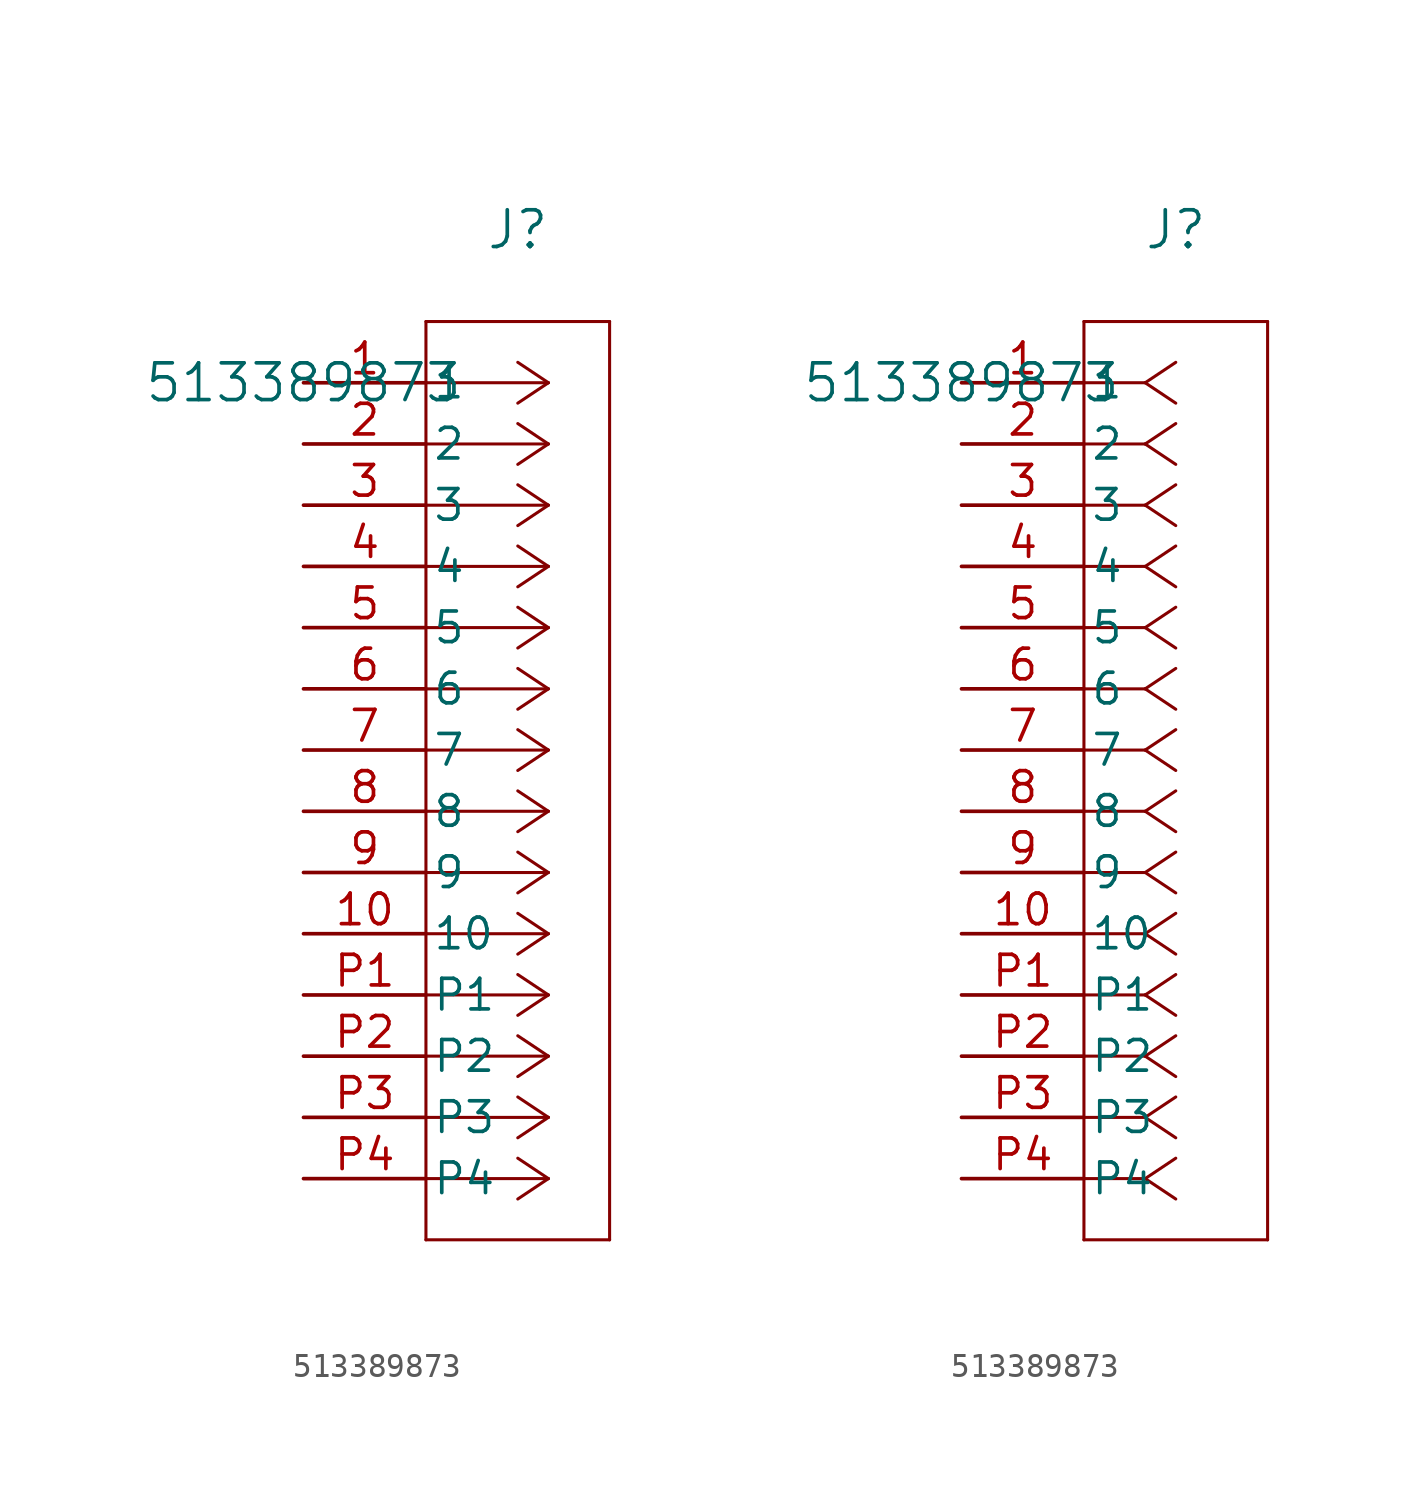
<source format=kicad_sym>
(kicad_symbol_lib
  (version 20211014)
  (generator kicad_symbol_editor)
  (symbol "513389873"
    (pin_names
      (offset 0.254))
    (property "Reference" "J"
      (at 8.89 6.35 0)
      (effects (font (size 1.524 1.524))))
    (property "Value" "513389873"
      (at 0 0 0)
      (effects (font (size 1.524 1.524))))
    (symbol "513389873_1_1"
      (polyline (pts (xy 10.16 0) (xy 5.08 0)) (stroke (width 0.127) (type default) (color 0 0 0 0)) (fill (type none)))
      (polyline (pts (xy 10.16 -2.54) (xy 5.08 -2.54)) (stroke (width 0.127) (type default) (color 0 0 0 0)) (fill (type none)))
      (polyline (pts (xy 10.16 -5.08) (xy 5.08 -5.08)) (stroke (width 0.127) (type default) (color 0 0 0 0)) (fill (type none)))
      (polyline (pts (xy 10.16 -7.62) (xy 5.08 -7.62)) (stroke (width 0.127) (type default) (color 0 0 0 0)) (fill (type none)))
      (polyline (pts (xy 10.16 -10.16) (xy 5.08 -10.16)) (stroke (width 0.127) (type default) (color 0 0 0 0)) (fill (type none)))
      (polyline (pts (xy 10.16 -12.7) (xy 5.08 -12.7)) (stroke (width 0.127) (type default) (color 0 0 0 0)) (fill (type none)))
      (polyline (pts (xy 10.16 -15.24) (xy 5.08 -15.24)) (stroke (width 0.127) (type default) (color 0 0 0 0)) (fill (type none)))
      (polyline (pts (xy 10.16 -17.78) (xy 5.08 -17.78)) (stroke (width 0.127) (type default) (color 0 0 0 0)) (fill (type none)))
      (polyline (pts (xy 10.16 -20.32) (xy 5.08 -20.32)) (stroke (width 0.127) (type default) (color 0 0 0 0)) (fill (type none)))
      (polyline (pts (xy 10.16 -22.86) (xy 5.08 -22.86)) (stroke (width 0.127) (type default) (color 0 0 0 0)) (fill (type none)))
      (polyline (pts (xy 10.16 -25.4) (xy 5.08 -25.4)) (stroke (width 0.127) (type default) (color 0 0 0 0)) (fill (type none)))
      (polyline (pts (xy 10.16 -27.94) (xy 5.08 -27.94)) (stroke (width 0.127) (type default) (color 0 0 0 0)) (fill (type none)))
      (polyline (pts (xy 10.16 -30.48) (xy 5.08 -30.48)) (stroke (width 0.127) (type default) (color 0 0 0 0)) (fill (type none)))
      (polyline (pts (xy 10.16 -33.02) (xy 5.08 -33.02)) (stroke (width 0.127) (type default) (color 0 0 0 0)) (fill (type none)))
      (polyline (pts (xy 10.16 0) (xy 8.89 0.847)) (stroke (width 0.127) (type default) (color 0 0 0 0)) (fill (type none)))
      (polyline (pts (xy 10.16 -2.54) (xy 8.89 -1.693)) (stroke (width 0.127) (type default) (color 0 0 0 0)) (fill (type none)))
      (polyline (pts (xy 10.16 -5.08) (xy 8.89 -4.233)) (stroke (width 0.127) (type default) (color 0 0 0 0)) (fill (type none)))
      (polyline (pts (xy 10.16 -7.62) (xy 8.89 -6.773)) (stroke (width 0.127) (type default) (color 0 0 0 0)) (fill (type none)))
      (polyline (pts (xy 10.16 -10.16) (xy 8.89 -9.313)) (stroke (width 0.127) (type default) (color 0 0 0 0)) (fill (type none)))
      (polyline (pts (xy 10.16 -12.7) (xy 8.89 -11.853)) (stroke (width 0.127) (type default) (color 0 0 0 0)) (fill (type none)))
      (polyline (pts (xy 10.16 -15.24) (xy 8.89 -14.393)) (stroke (width 0.127) (type default) (color 0 0 0 0)) (fill (type none)))
      (polyline (pts (xy 10.16 -17.78) (xy 8.89 -16.933)) (stroke (width 0.127) (type default) (color 0 0 0 0)) (fill (type none)))
      (polyline (pts (xy 10.16 -20.32) (xy 8.89 -19.473)) (stroke (width 0.127) (type default) (color 0 0 0 0)) (fill (type none)))
      (polyline (pts (xy 10.16 -22.86) (xy 8.89 -22.013)) (stroke (width 0.127) (type default) (color 0 0 0 0)) (fill (type none)))
      (polyline (pts (xy 10.16 -25.4) (xy 8.89 -24.553)) (stroke (width 0.127) (type default) (color 0 0 0 0)) (fill (type none)))
      (polyline (pts (xy 10.16 -27.94) (xy 8.89 -27.093)) (stroke (width 0.127) (type default) (color 0 0 0 0)) (fill (type none)))
      (polyline (pts (xy 10.16 -30.48) (xy 8.89 -29.633)) (stroke (width 0.127) (type default) (color 0 0 0 0)) (fill (type none)))
      (polyline (pts (xy 10.16 -33.02) (xy 8.89 -32.173)) (stroke (width 0.127) (type default) (color 0 0 0 0)) (fill (type none)))
      (polyline (pts (xy 10.16 0) (xy 8.89 -0.847)) (stroke (width 0.127) (type default) (color 0 0 0 0)) (fill (type none)))
      (polyline (pts (xy 10.16 -2.54) (xy 8.89 -3.387)) (stroke (width 0.127) (type default) (color 0 0 0 0)) (fill (type none)))
      (polyline (pts (xy 10.16 -5.08) (xy 8.89 -5.927)) (stroke (width 0.127) (type default) (color 0 0 0 0)) (fill (type none)))
      (polyline (pts (xy 10.16 -7.62) (xy 8.89 -8.467)) (stroke (width 0.127) (type default) (color 0 0 0 0)) (fill (type none)))
      (polyline (pts (xy 10.16 -10.16) (xy 8.89 -11.007)) (stroke (width 0.127) (type default) (color 0 0 0 0)) (fill (type none)))
      (polyline (pts (xy 10.16 -12.7) (xy 8.89 -13.547)) (stroke (width 0.127) (type default) (color 0 0 0 0)) (fill (type none)))
      (polyline (pts (xy 10.16 -15.24) (xy 8.89 -16.087)) (stroke (width 0.127) (type default) (color 0 0 0 0)) (fill (type none)))
      (polyline (pts (xy 10.16 -17.78) (xy 8.89 -18.627)) (stroke (width 0.127) (type default) (color 0 0 0 0)) (fill (type none)))
      (polyline (pts (xy 10.16 -20.32) (xy 8.89 -21.167)) (stroke (width 0.127) (type default) (color 0 0 0 0)) (fill (type none)))
      (polyline (pts (xy 10.16 -22.86) (xy 8.89 -23.707)) (stroke (width 0.127) (type default) (color 0 0 0 0)) (fill (type none)))
      (polyline (pts (xy 10.16 -25.4) (xy 8.89 -26.247)) (stroke (width 0.127) (type default) (color 0 0 0 0)) (fill (type none)))
      (polyline (pts (xy 10.16 -27.94) (xy 8.89 -28.787)) (stroke (width 0.127) (type default) (color 0 0 0 0)) (fill (type none)))
      (polyline (pts (xy 10.16 -30.48) (xy 8.89 -31.327)) (stroke (width 0.127) (type default) (color 0 0 0 0)) (fill (type none)))
      (polyline (pts (xy 10.16 -33.02) (xy 8.89 -33.867)) (stroke (width 0.127) (type default) (color 0 0 0 0)) (fill (type none)))
      (polyline (pts (xy 5.08 2.54) (xy 5.08 -35.56)) (stroke (width 0.127) (type default) (color 0 0 0 0)) (fill (type none)))
      (polyline (pts (xy 5.08 -35.56) (xy 12.7 -35.56)) (stroke (width 0.127) (type default) (color 0 0 0 0)) (fill (type none)))
      (polyline (pts (xy 12.7 -35.56) (xy 12.7 2.54)) (stroke (width 0.127) (type default) (color 0 0 0 0)) (fill (type none)))
      (polyline (pts (xy 12.7 2.54) (xy 5.08 2.54)) (stroke (width 0.127) (type default) (color 0 0 0 0)) (fill (type none)))
      (pin unspecified line (at 0 0 0) (length 5.08) (name "1" (effects (font (size 1.27 1.27)))) (number "1" (effects (font (size 1.27 1.27)))))
      (pin unspecified line (at 0 -2.54 0) (length 5.08) (name "2" (effects (font (size 1.27 1.27)))) (number "2" (effects (font (size 1.27 1.27)))))
      (pin unspecified line (at 0 -5.08 0) (length 5.08) (name "3" (effects (font (size 1.27 1.27)))) (number "3" (effects (font (size 1.27 1.27)))))
      (pin unspecified line (at 0 -7.62 0) (length 5.08) (name "4" (effects (font (size 1.27 1.27)))) (number "4" (effects (font (size 1.27 1.27)))))
      (pin unspecified line (at 0 -10.16 0) (length 5.08) (name "5" (effects (font (size 1.27 1.27)))) (number "5" (effects (font (size 1.27 1.27)))))
      (pin unspecified line (at 0 -12.7 0) (length 5.08) (name "6" (effects (font (size 1.27 1.27)))) (number "6" (effects (font (size 1.27 1.27)))))
      (pin unspecified line (at 0 -15.24 0) (length 5.08) (name "7" (effects (font (size 1.27 1.27)))) (number "7" (effects (font (size 1.27 1.27)))))
      (pin unspecified line (at 0 -17.78 0) (length 5.08) (name "8" (effects (font (size 1.27 1.27)))) (number "8" (effects (font (size 1.27 1.27)))))
      (pin unspecified line (at 0 -20.32 0) (length 5.08) (name "9" (effects (font (size 1.27 1.27)))) (number "9" (effects (font (size 1.27 1.27)))))
      (pin unspecified line (at 0 -22.86 0) (length 5.08) (name "10" (effects (font (size 1.27 1.27)))) (number "10" (effects (font (size 1.27 1.27)))))
      (pin unspecified line (at 0 -25.4 0) (length 5.08) (name "P1" (effects (font (size 1.27 1.27)))) (number "P1" (effects (font (size 1.27 1.27)))))
      (pin unspecified line (at 0 -27.94 0) (length 5.08) (name "P2" (effects (font (size 1.27 1.27)))) (number "P2" (effects (font (size 1.27 1.27)))))
      (pin unspecified line (at 0 -30.48 0) (length 5.08) (name "P3" (effects (font (size 1.27 1.27)))) (number "P3" (effects (font (size 1.27 1.27)))))
      (pin unspecified line (at 0 -33.02 0) (length 5.08) (name "P4" (effects (font (size 1.27 1.27)))) (number "P4" (effects (font (size 1.27 1.27))))))
    (symbol "513389873_1_2"
      (polyline (pts (xy 7.62 0) (xy 5.08 0)) (stroke (width 0.127) (type default) (color 0 0 0 0)) (fill (type none)))
      (polyline (pts (xy 7.62 -2.54) (xy 5.08 -2.54)) (stroke (width 0.127) (type default) (color 0 0 0 0)) (fill (type none)))
      (polyline (pts (xy 7.62 -5.08) (xy 5.08 -5.08)) (stroke (width 0.127) (type default) (color 0 0 0 0)) (fill (type none)))
      (polyline (pts (xy 7.62 -7.62) (xy 5.08 -7.62)) (stroke (width 0.127) (type default) (color 0 0 0 0)) (fill (type none)))
      (polyline (pts (xy 7.62 -10.16) (xy 5.08 -10.16)) (stroke (width 0.127) (type default) (color 0 0 0 0)) (fill (type none)))
      (polyline (pts (xy 7.62 -12.7) (xy 5.08 -12.7)) (stroke (width 0.127) (type default) (color 0 0 0 0)) (fill (type none)))
      (polyline (pts (xy 7.62 -15.24) (xy 5.08 -15.24)) (stroke (width 0.127) (type default) (color 0 0 0 0)) (fill (type none)))
      (polyline (pts (xy 7.62 -17.78) (xy 5.08 -17.78)) (stroke (width 0.127) (type default) (color 0 0 0 0)) (fill (type none)))
      (polyline (pts (xy 7.62 -20.32) (xy 5.08 -20.32)) (stroke (width 0.127) (type default) (color 0 0 0 0)) (fill (type none)))
      (polyline (pts (xy 7.62 -22.86) (xy 5.08 -22.86)) (stroke (width 0.127) (type default) (color 0 0 0 0)) (fill (type none)))
      (polyline (pts (xy 7.62 -25.4) (xy 5.08 -25.4)) (stroke (width 0.127) (type default) (color 0 0 0 0)) (fill (type none)))
      (polyline (pts (xy 7.62 -27.94) (xy 5.08 -27.94)) (stroke (width 0.127) (type default) (color 0 0 0 0)) (fill (type none)))
      (polyline (pts (xy 7.62 -30.48) (xy 5.08 -30.48)) (stroke (width 0.127) (type default) (color 0 0 0 0)) (fill (type none)))
      (polyline (pts (xy 7.62 -33.02) (xy 5.08 -33.02)) (stroke (width 0.127) (type default) (color 0 0 0 0)) (fill (type none)))
      (polyline (pts (xy 7.62 0) (xy 8.89 0.847)) (stroke (width 0.127) (type default) (color 0 0 0 0)) (fill (type none)))
      (polyline (pts (xy 7.62 -2.54) (xy 8.89 -1.693)) (stroke (width 0.127) (type default) (color 0 0 0 0)) (fill (type none)))
      (polyline (pts (xy 7.62 -5.08) (xy 8.89 -4.233)) (stroke (width 0.127) (type default) (color 0 0 0 0)) (fill (type none)))
      (polyline (pts (xy 7.62 -7.62) (xy 8.89 -6.773)) (stroke (width 0.127) (type default) (color 0 0 0 0)) (fill (type none)))
      (polyline (pts (xy 7.62 -10.16) (xy 8.89 -9.313)) (stroke (width 0.127) (type default) (color 0 0 0 0)) (fill (type none)))
      (polyline (pts (xy 7.62 -12.7) (xy 8.89 -11.853)) (stroke (width 0.127) (type default) (color 0 0 0 0)) (fill (type none)))
      (polyline (pts (xy 7.62 -15.24) (xy 8.89 -14.393)) (stroke (width 0.127) (type default) (color 0 0 0 0)) (fill (type none)))
      (polyline (pts (xy 7.62 -17.78) (xy 8.89 -16.933)) (stroke (width 0.127) (type default) (color 0 0 0 0)) (fill (type none)))
      (polyline (pts (xy 7.62 -20.32) (xy 8.89 -19.473)) (stroke (width 0.127) (type default) (color 0 0 0 0)) (fill (type none)))
      (polyline (pts (xy 7.62 -22.86) (xy 8.89 -22.013)) (stroke (width 0.127) (type default) (color 0 0 0 0)) (fill (type none)))
      (polyline (pts (xy 7.62 -25.4) (xy 8.89 -24.553)) (stroke (width 0.127) (type default) (color 0 0 0 0)) (fill (type none)))
      (polyline (pts (xy 7.62 -27.94) (xy 8.89 -27.093)) (stroke (width 0.127) (type default) (color 0 0 0 0)) (fill (type none)))
      (polyline (pts (xy 7.62 -30.48) (xy 8.89 -29.633)) (stroke (width 0.127) (type default) (color 0 0 0 0)) (fill (type none)))
      (polyline (pts (xy 7.62 -33.02) (xy 8.89 -32.173)) (stroke (width 0.127) (type default) (color 0 0 0 0)) (fill (type none)))
      (polyline (pts (xy 7.62 0) (xy 8.89 -0.847)) (stroke (width 0.127) (type default) (color 0 0 0 0)) (fill (type none)))
      (polyline (pts (xy 7.62 -2.54) (xy 8.89 -3.387)) (stroke (width 0.127) (type default) (color 0 0 0 0)) (fill (type none)))
      (polyline (pts (xy 7.62 -5.08) (xy 8.89 -5.927)) (stroke (width 0.127) (type default) (color 0 0 0 0)) (fill (type none)))
      (polyline (pts (xy 7.62 -7.62) (xy 8.89 -8.467)) (stroke (width 0.127) (type default) (color 0 0 0 0)) (fill (type none)))
      (polyline (pts (xy 7.62 -10.16) (xy 8.89 -11.007)) (stroke (width 0.127) (type default) (color 0 0 0 0)) (fill (type none)))
      (polyline (pts (xy 7.62 -12.7) (xy 8.89 -13.547)) (stroke (width 0.127) (type default) (color 0 0 0 0)) (fill (type none)))
      (polyline (pts (xy 7.62 -15.24) (xy 8.89 -16.087)) (stroke (width 0.127) (type default) (color 0 0 0 0)) (fill (type none)))
      (polyline (pts (xy 7.62 -17.78) (xy 8.89 -18.627)) (stroke (width 0.127) (type default) (color 0 0 0 0)) (fill (type none)))
      (polyline (pts (xy 7.62 -20.32) (xy 8.89 -21.167)) (stroke (width 0.127) (type default) (color 0 0 0 0)) (fill (type none)))
      (polyline (pts (xy 7.62 -22.86) (xy 8.89 -23.707)) (stroke (width 0.127) (type default) (color 0 0 0 0)) (fill (type none)))
      (polyline (pts (xy 7.62 -25.4) (xy 8.89 -26.247)) (stroke (width 0.127) (type default) (color 0 0 0 0)) (fill (type none)))
      (polyline (pts (xy 7.62 -27.94) (xy 8.89 -28.787)) (stroke (width 0.127) (type default) (color 0 0 0 0)) (fill (type none)))
      (polyline (pts (xy 7.62 -30.48) (xy 8.89 -31.327)) (stroke (width 0.127) (type default) (color 0 0 0 0)) (fill (type none)))
      (polyline (pts (xy 7.62 -33.02) (xy 8.89 -33.867)) (stroke (width 0.127) (type default) (color 0 0 0 0)) (fill (type none)))
      (polyline (pts (xy 5.08 2.54) (xy 5.08 -35.56)) (stroke (width 0.127) (type default) (color 0 0 0 0)) (fill (type none)))
      (polyline (pts (xy 5.08 -35.56) (xy 12.7 -35.56)) (stroke (width 0.127) (type default) (color 0 0 0 0)) (fill (type none)))
      (polyline (pts (xy 12.7 -35.56) (xy 12.7 2.54)) (stroke (width 0.127) (type default) (color 0 0 0 0)) (fill (type none)))
      (polyline (pts (xy 12.7 2.54) (xy 5.08 2.54)) (stroke (width 0.127) (type default) (color 0 0 0 0)) (fill (type none)))
      (pin unspecified line (at 0 0 0) (length 5.08) (name "1" (effects (font (size 1.27 1.27)))) (number "1" (effects (font (size 1.27 1.27)))))
      (pin unspecified line (at 0 -2.54 0) (length 5.08) (name "2" (effects (font (size 1.27 1.27)))) (number "2" (effects (font (size 1.27 1.27)))))
      (pin unspecified line (at 0 -5.08 0) (length 5.08) (name "3" (effects (font (size 1.27 1.27)))) (number "3" (effects (font (size 1.27 1.27)))))
      (pin unspecified line (at 0 -7.62 0) (length 5.08) (name "4" (effects (font (size 1.27 1.27)))) (number "4" (effects (font (size 1.27 1.27)))))
      (pin unspecified line (at 0 -10.16 0) (length 5.08) (name "5" (effects (font (size 1.27 1.27)))) (number "5" (effects (font (size 1.27 1.27)))))
      (pin unspecified line (at 0 -12.7 0) (length 5.08) (name "6" (effects (font (size 1.27 1.27)))) (number "6" (effects (font (size 1.27 1.27)))))
      (pin unspecified line (at 0 -15.24 0) (length 5.08) (name "7" (effects (font (size 1.27 1.27)))) (number "7" (effects (font (size 1.27 1.27)))))
      (pin unspecified line (at 0 -17.78 0) (length 5.08) (name "8" (effects (font (size 1.27 1.27)))) (number "8" (effects (font (size 1.27 1.27)))))
      (pin unspecified line (at 0 -20.32 0) (length 5.08) (name "9" (effects (font (size 1.27 1.27)))) (number "9" (effects (font (size 1.27 1.27)))))
      (pin unspecified line (at 0 -22.86 0) (length 5.08) (name "10" (effects (font (size 1.27 1.27)))) (number "10" (effects (font (size 1.27 1.27)))))
      (pin unspecified line (at 0 -25.4 0) (length 5.08) (name "P1" (effects (font (size 1.27 1.27)))) (number "P1" (effects (font (size 1.27 1.27)))))
      (pin unspecified line (at 0 -27.94 0) (length 5.08) (name "P2" (effects (font (size 1.27 1.27)))) (number "P2" (effects (font (size 1.27 1.27)))))
      (pin unspecified line (at 0 -30.48 0) (length 5.08) (name "P3" (effects (font (size 1.27 1.27)))) (number "P3" (effects (font (size 1.27 1.27)))))
      (pin unspecified line (at 0 -33.02 0) (length 5.08) (name "P4" (effects (font (size 1.27 1.27)))) (number "P4" (effects (font (size 1.27 1.27))))))))
</source>
